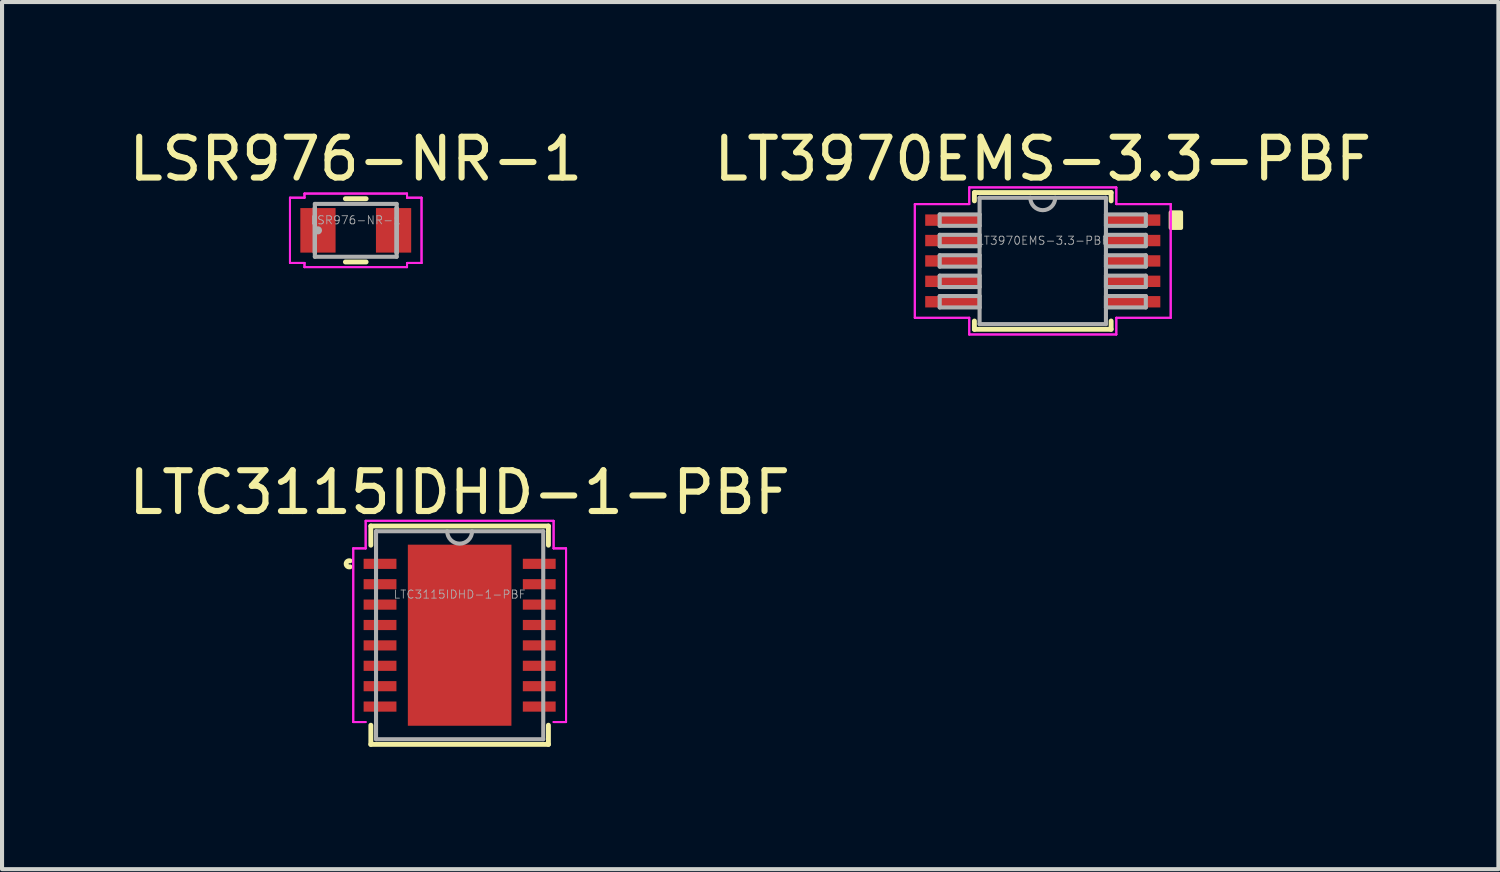
<source format=kicad_pcb>
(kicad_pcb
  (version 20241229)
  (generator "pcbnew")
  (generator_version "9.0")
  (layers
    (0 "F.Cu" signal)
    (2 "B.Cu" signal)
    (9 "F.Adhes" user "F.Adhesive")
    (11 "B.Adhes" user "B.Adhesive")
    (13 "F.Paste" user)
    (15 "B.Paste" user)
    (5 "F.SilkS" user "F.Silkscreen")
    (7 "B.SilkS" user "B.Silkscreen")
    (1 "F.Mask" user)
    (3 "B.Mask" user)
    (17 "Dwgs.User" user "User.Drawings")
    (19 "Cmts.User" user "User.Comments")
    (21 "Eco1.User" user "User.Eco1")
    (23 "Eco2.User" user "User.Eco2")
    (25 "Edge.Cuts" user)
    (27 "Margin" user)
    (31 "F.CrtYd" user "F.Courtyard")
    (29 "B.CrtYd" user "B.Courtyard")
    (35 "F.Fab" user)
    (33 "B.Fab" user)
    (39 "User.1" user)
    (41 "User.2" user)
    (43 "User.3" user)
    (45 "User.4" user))
  (footprint "LSR976-NR-1"
    (layer "F.Cu")
    (at 5.673 2.598)
    (property "Reference" "LSR976-NR-1" (at 0 -1.75 0) (layer "F.SilkS") (effects (font (size 1 1) (thickness 0.15))))
    (attr through_hole)
    (fp_line (start -0.254 0.775) (end 0.254 0.775) (stroke (width 0.12) (type solid)) (layer "F.SilkS"))
    (fp_line (start 0.254 -0.775) (end -0.254 -0.775) (stroke (width 0.12) (type solid)) (layer "F.SilkS"))
    (fp_line (start -1.613 -0.8) (end -1.257 -0.8) (stroke (width 0.05) (type solid)) (layer "F.CrtYd"))
    (fp_line (start -1.613 -0.8) (end -1.257 -0.8) (stroke (width 0.05) (type solid)) (layer "F.CrtYd"))
    (fp_line (start -1.613 0.8) (end -1.613 -0.8) (stroke (width 0.05) (type solid)) (layer "F.CrtYd"))
    (fp_line (start -1.613 0.8) (end -1.613 -0.8) (stroke (width 0.05) (type solid)) (layer "F.CrtYd"))
    (fp_line (start -1.257 -0.902) (end 1.257 -0.902) (stroke (width 0.05) (type solid)) (layer "F.CrtYd"))
    (fp_line (start -1.257 -0.902) (end 1.257 -0.902) (stroke (width 0.05) (type solid)) (layer "F.CrtYd"))
    (fp_line (start -1.257 -0.8) (end -1.257 -0.902) (stroke (width 0.05) (type solid)) (layer "F.CrtYd"))
    (fp_line (start -1.257 -0.8) (end -1.257 -0.902) (stroke (width 0.05) (type solid)) (layer "F.CrtYd"))
    (fp_line (start -1.257 0.8) (end -1.613 0.8) (stroke (width 0.05) (type solid)) (layer "F.CrtYd"))
    (fp_line (start -1.257 0.8) (end -1.613 0.8) (stroke (width 0.05) (type solid)) (layer "F.CrtYd"))
    (fp_line (start -1.257 0.902) (end -1.257 0.8) (stroke (width 0.05) (type solid)) (layer "F.CrtYd"))
    (fp_line (start -1.257 0.902) (end -1.257 0.8) (stroke (width 0.05) (type solid)) (layer "F.CrtYd"))
    (fp_line (start 1.257 -0.902) (end 1.257 -0.8) (stroke (width 0.05) (type solid)) (layer "F.CrtYd"))
    (fp_line (start 1.257 -0.902) (end 1.257 -0.8) (stroke (width 0.05) (type solid)) (layer "F.CrtYd"))
    (fp_line (start 1.257 -0.8) (end 1.613 -0.8) (stroke (width 0.05) (type solid)) (layer "F.CrtYd"))
    (fp_line (start 1.257 -0.8) (end 1.613 -0.8) (stroke (width 0.05) (type solid)) (layer "F.CrtYd"))
    (fp_line (start 1.257 0.8) (end 1.257 0.902) (stroke (width 0.05) (type solid)) (layer "F.CrtYd"))
    (fp_line (start 1.257 0.8) (end 1.257 0.902) (stroke (width 0.05) (type solid)) (layer "F.CrtYd"))
    (fp_line (start 1.257 0.902) (end -1.257 0.902) (stroke (width 0.05) (type solid)) (layer "F.CrtYd"))
    (fp_line (start 1.257 0.902) (end -1.257 0.902) (stroke (width 0.05) (type solid)) (layer "F.CrtYd"))
    (fp_line (start 1.613 -0.8) (end 1.613 0.8) (stroke (width 0.05) (type solid)) (layer "F.CrtYd"))
    (fp_line (start 1.613 -0.8) (end 1.613 0.8) (stroke (width 0.05) (type solid)) (layer "F.CrtYd"))
    (fp_line (start 1.613 0.8) (end 1.257 0.8) (stroke (width 0.05) (type solid)) (layer "F.CrtYd"))
    (fp_line (start 1.613 0.8) (end 1.257 0.8) (stroke (width 0.05) (type solid)) (layer "F.CrtYd"))
    (fp_line (start -1.003 -0.648) (end -1.003 0.648) (stroke (width 0.1) (type solid)) (layer "F.Fab"))
    (fp_line (start -1.003 -0.546) (end -1.003 -0.546) (stroke (width 0.1) (type solid)) (layer "F.Fab"))
    (fp_line (start -1.003 -0.546) (end -1.003 0.546) (stroke (width 0.1) (type solid)) (layer "F.Fab"))
    (fp_line (start -1.003 0.546) (end -1.003 -0.546) (stroke (width 0.1) (type solid)) (layer "F.Fab"))
    (fp_line (start -1.003 0.546) (end -1.003 0.546) (stroke (width 0.1) (type solid)) (layer "F.Fab"))
    (fp_line (start -1.003 0.648) (end 1.003 0.648) (stroke (width 0.1) (type solid)) (layer "F.Fab"))
    (fp_line (start 1.003 -0.648) (end -1.003 -0.648) (stroke (width 0.1) (type solid)) (layer "F.Fab"))
    (fp_line (start 1.003 -0.546) (end 1.003 -0.546) (stroke (width 0.1) (type solid)) (layer "F.Fab"))
    (fp_line (start 1.003 -0.546) (end 1.003 0.546) (stroke (width 0.1) (type solid)) (layer "F.Fab"))
    (fp_line (start 1.003 0.546) (end 1.003 -0.546) (stroke (width 0.1) (type solid)) (layer "F.Fab"))
    (fp_line (start 1.003 0.546) (end 1.003 0.546) (stroke (width 0.1) (type solid)) (layer "F.Fab"))
    (fp_line (start 1.003 0.648) (end 1.003 -0.648) (stroke (width 0.1) (type solid)) (layer "F.Fab"))
    (fp_circle (center -0.927 0) (end -0.927 0) (stroke (width 0.1) (type solid)) (fill no) (layer "F.Fab"))
    (fp_text user "${REFERENCE}" (at 0 -0.25 0) (layer "F.Fab") (effects (font (size 0.2 0.2) (thickness 0.02))))
    (pad "1" smd rect (at -0.927 0) (size 0.864 1.092) (layers "F.Cu" "F.Mask" "F.Paste"))
    (pad "2" smd rect (at 0.927 0) (size 0.864 1.092) (layers "F.Cu" "F.Mask" "F.Paste")))
  (footprint "LTC3115IDHD-1-PBF"
    (layer "F.Cu")
    (at 8.22 12.525)
    (property "Reference" "LTC3115IDHD-1-PBF" (at 0 -3.5 0) (layer "F.SilkS") (effects (font (size 1 1) (thickness 0.15))))
    (attr through_hole)
    (fp_line (start -2.177 -2.677) (end -2.177 -2.207) (stroke (width 0.12) (type solid)) (layer "F.SilkS"))
    (fp_line (start -2.177 2.207) (end -2.177 2.677) (stroke (width 0.12) (type solid)) (layer "F.SilkS"))
    (fp_line (start -2.177 2.677) (end 2.177 2.677) (stroke (width 0.12) (type solid)) (layer "F.SilkS"))
    (fp_line (start 2.177 -2.677) (end -2.177 -2.677) (stroke (width 0.12) (type solid)) (layer "F.SilkS"))
    (fp_line (start 2.177 -2.207) (end 2.177 -2.677) (stroke (width 0.12) (type solid)) (layer "F.SilkS"))
    (fp_line (start 2.177 2.677) (end 2.177 2.207) (stroke (width 0.12) (type solid)) (layer "F.SilkS"))
    (fp_arc (start -2.687538 -1.676171) (mid -2.7826 -1.75) (end -2.687539 -1.823829) (stroke (width 0.12) (type solid)) (layer "F.SilkS"))
    (fp_poly (pts (xy -1.17 -2.12) (xy -1.17 -0.84) (xy -0.1 -0.84) (xy -0.1 -2.12)) (stroke (width 0.1) (type solid)) (fill yes) (layer "F.Paste"))
    (fp_poly (pts (xy -1.17 -0.64) (xy -1.17 0.64) (xy -0.1 0.64) (xy -0.1 -0.64)) (stroke (width 0.1) (type solid)) (fill yes) (layer "F.Paste"))
    (fp_poly (pts (xy -1.17 0.84) (xy -1.17 2.12) (xy -0.1 2.12) (xy -0.1 0.84)) (stroke (width 0.1) (type solid)) (fill yes) (layer "F.Paste"))
    (fp_poly (pts (xy 0.1 -2.12) (xy 0.1 -0.84) (xy 1.17 -0.84) (xy 1.17 -2.12)) (stroke (width 0.1) (type solid)) (fill yes) (layer "F.Paste"))
    (fp_poly (pts (xy 0.1 -0.64) (xy 0.1 0.64) (xy 1.17 0.64) (xy 1.17 -0.64)) (stroke (width 0.1) (type solid)) (fill yes) (layer "F.Paste"))
    (fp_poly (pts (xy 0.1 0.84) (xy 0.1 2.12) (xy 1.17 2.12) (xy 1.17 0.84)) (stroke (width 0.1) (type solid)) (fill yes) (layer "F.Paste"))
    (fp_line (start -2.609 -2.129) (end -2.304 -2.129) (stroke (width 0.05) (type solid)) (layer "F.CrtYd"))
    (fp_line (start -2.609 -2.129) (end -2.304 -2.129) (stroke (width 0.05) (type solid)) (layer "F.CrtYd"))
    (fp_line (start -2.609 2.129) (end -2.609 -2.129) (stroke (width 0.05) (type solid)) (layer "F.CrtYd"))
    (fp_line (start -2.609 2.129) (end -2.609 -2.129) (stroke (width 0.05) (type solid)) (layer "F.CrtYd"))
    (fp_line (start -2.609 2.129) (end -2.304 2.129) (stroke (width 0.05) (type solid)) (layer "F.CrtYd"))
    (fp_line (start -2.304 -2.804) (end 2.304 -2.804) (stroke (width 0.05) (type solid)) (layer "F.CrtYd"))
    (fp_line (start -2.304 -2.804) (end 2.304 -2.804) (stroke (width 0.05) (type solid)) (layer "F.CrtYd"))
    (fp_line (start -2.304 -2.129) (end -2.304 -2.804) (stroke (width 0.05) (type solid)) (layer "F.CrtYd"))
    (fp_line (start -2.304 -2.129) (end -2.304 -2.804) (stroke (width 0.05) (type solid)) (layer "F.CrtYd"))
    (fp_line (start -2.304 2.129) (end -2.609 2.129) (stroke (width 0.05) (type solid)) (layer "F.CrtYd"))
    (fp_line (start 2.304 -2.804) (end 2.304 -2.129) (stroke (width 0.05) (type solid)) (layer "F.CrtYd"))
    (fp_line (start 2.304 -2.804) (end 2.304 -2.129) (stroke (width 0.05) (type solid)) (layer "F.CrtYd"))
    (fp_line (start 2.304 -2.129) (end 2.609 -2.129) (stroke (width 0.05) (type solid)) (layer "F.CrtYd"))
    (fp_line (start 2.609 -2.129) (end 2.304 -2.129) (stroke (width 0.05) (type solid)) (layer "F.CrtYd"))
    (fp_line (start 2.609 -2.129) (end 2.609 2.129) (stroke (width 0.05) (type solid)) (layer "F.CrtYd"))
    (fp_line (start 2.609 -2.129) (end 2.609 2.129) (stroke (width 0.05) (type solid)) (layer "F.CrtYd"))
    (fp_line (start 2.609 2.129) (end 2.304 2.129) (stroke (width 0.05) (type solid)) (layer "F.CrtYd"))
    (fp_line (start 2.609 2.129) (end 2.304 2.129) (stroke (width 0.05) (type solid)) (layer "F.CrtYd"))
    (fp_line (start -2.05 -2.55) (end -2.05 2.55) (stroke (width 0.1) (type solid)) (layer "F.Fab"))
    (fp_line (start -2.05 2.55) (end 2.05 2.55) (stroke (width 0.1) (type solid)) (layer "F.Fab"))
    (fp_line (start 2.05 -2.55) (end -2.05 -2.55) (stroke (width 0.1) (type solid)) (layer "F.Fab"))
    (fp_line (start 2.05 2.55) (end 2.05 -2.55) (stroke (width 0.1) (type solid)) (layer "F.Fab"))
    (fp_arc (start 0.3048 -2.55) (mid 0 -2.2452) (end -0.3048 -2.55) (stroke (width 0.1) (type solid)) (layer "F.Fab"))
    (fp_text user "${REFERENCE}" (at 0 -1 0) (layer "F.Fab") (effects (font (size 0.2 0.2) (thickness 0.02))))
    (pad "1" smd rect (at -1.952 -1.75) (size 0.805 0.249) (layers "F.Cu" "F.Mask" "F.Paste"))
    (pad "2" smd rect (at -1.952 -1.25) (size 0.805 0.249) (layers "F.Cu" "F.Mask" "F.Paste"))
    (pad "3" smd rect (at -1.952 -0.75) (size 0.805 0.249) (layers "F.Cu" "F.Mask" "F.Paste"))
    (pad "4" smd rect (at -1.952 -0.25) (size 0.805 0.249) (layers "F.Cu" "F.Mask" "F.Paste"))
    (pad "5" smd rect (at -1.952 0.25) (size 0.805 0.249) (layers "F.Cu" "F.Mask" "F.Paste"))
    (pad "6" smd rect (at -1.952 0.75) (size 0.805 0.249) (layers "F.Cu" "F.Mask" "F.Paste"))
    (pad "7" smd rect (at -1.952 1.25) (size 0.805 0.249) (layers "F.Cu" "F.Mask" "F.Paste"))
    (pad "8" smd rect (at -1.952 1.75) (size 0.805 0.249) (layers "F.Cu" "F.Mask" "F.Paste"))
    (pad "9" smd rect (at 1.952 1.75) (size 0.805 0.249) (layers "F.Cu" "F.Mask" "F.Paste"))
    (pad "10" smd rect (at 1.952 1.25) (size 0.805 0.249) (layers "F.Cu" "F.Mask" "F.Paste"))
    (pad "11" smd rect (at 1.952 0.75) (size 0.805 0.249) (layers "F.Cu" "F.Mask" "F.Paste"))
    (pad "12" smd rect (at 1.952 0.25) (size 0.805 0.249) (layers "F.Cu" "F.Mask" "F.Paste"))
    (pad "13" smd rect (at 1.952 -0.25) (size 0.805 0.249) (layers "F.Cu" "F.Mask" "F.Paste"))
    (pad "14" smd rect (at 1.952 -0.75) (size 0.805 0.249) (layers "F.Cu" "F.Mask" "F.Paste"))
    (pad "15" smd rect (at 1.952 -1.25) (size 0.805 0.249) (layers "F.Cu" "F.Mask" "F.Paste"))
    (pad "16" smd rect (at 1.952 -1.75) (size 0.805 0.249) (layers "F.Cu" "F.Mask" "F.Paste"))
    (pad "17" smd rect (at 0 0) (size 2.54 4.44) (layers "F.Cu" "F.Mask" "F.Paste")))
  (footprint "LT3970EMS-3.3-PBF"
    (layer "F.Cu")
    (at 22.518 3.348)
    (property "Reference" "LT3970EMS-3.3-PBF" (at 0 -2.5 0) (layer "F.SilkS") (effects (font (size 1 1) (thickness 0.15))))
    (attr through_hole)
    (fp_line (start -1.676 -1.676) (end -1.676 -1.473) (stroke (width 0.12) (type solid)) (layer "F.SilkS"))
    (fp_line (start -1.676 1.473) (end -1.676 1.676) (stroke (width 0.12) (type solid)) (layer "F.SilkS"))
    (fp_line (start -1.676 1.676) (end 1.676 1.676) (stroke (width 0.12) (type solid)) (layer "F.SilkS"))
    (fp_line (start 1.676 -1.676) (end -1.676 -1.676) (stroke (width 0.12) (type solid)) (layer "F.SilkS"))
    (fp_line (start 1.676 -1.473) (end 1.676 -1.676) (stroke (width 0.12) (type solid)) (layer "F.SilkS"))
    (fp_line (start 1.676 1.676) (end 1.676 1.473) (stroke (width 0.12) (type solid)) (layer "F.SilkS"))
    (fp_poly (pts (xy 3.391 -1.191) (xy 3.391 -0.81) (xy 3.137 -0.81) (xy 3.137 -1.191)) (stroke (width 0.1) (type solid)) (fill yes) (layer "F.SilkS"))
    (fp_line (start -3.137 -1.394) (end -1.803 -1.394) (stroke (width 0.05) (type solid)) (layer "F.CrtYd"))
    (fp_line (start -3.137 -1.394) (end -1.803 -1.394) (stroke (width 0.05) (type solid)) (layer "F.CrtYd"))
    (fp_line (start -3.137 1.394) (end -3.137 -1.394) (stroke (width 0.05) (type solid)) (layer "F.CrtYd"))
    (fp_line (start -3.137 1.394) (end -3.137 -1.394) (stroke (width 0.05) (type solid)) (layer "F.CrtYd"))
    (fp_line (start -3.137 1.394) (end -1.803 1.394) (stroke (width 0.05) (type solid)) (layer "F.CrtYd"))
    (fp_line (start -1.803 -1.803) (end 1.803 -1.803) (stroke (width 0.05) (type solid)) (layer "F.CrtYd"))
    (fp_line (start -1.803 -1.803) (end 1.803 -1.803) (stroke (width 0.05) (type solid)) (layer "F.CrtYd"))
    (fp_line (start -1.803 -1.394) (end -1.803 -1.803) (stroke (width 0.05) (type solid)) (layer "F.CrtYd"))
    (fp_line (start -1.803 -1.394) (end -1.803 -1.803) (stroke (width 0.05) (type solid)) (layer "F.CrtYd"))
    (fp_line (start -1.803 1.394) (end -3.137 1.394) (stroke (width 0.05) (type solid)) (layer "F.CrtYd"))
    (fp_line (start -1.803 1.803) (end -1.803 1.394) (stroke (width 0.05) (type solid)) (layer "F.CrtYd"))
    (fp_line (start -1.803 1.803) (end -1.803 1.394) (stroke (width 0.05) (type solid)) (layer "F.CrtYd"))
    (fp_line (start 1.803 -1.803) (end 1.803 -1.394) (stroke (width 0.05) (type solid)) (layer "F.CrtYd"))
    (fp_line (start 1.803 -1.803) (end 1.803 -1.394) (stroke (width 0.05) (type solid)) (layer "F.CrtYd"))
    (fp_line (start 1.803 -1.394) (end 3.137 -1.394) (stroke (width 0.05) (type solid)) (layer "F.CrtYd"))
    (fp_line (start 1.803 1.394) (end 1.803 1.803) (stroke (width 0.05) (type solid)) (layer "F.CrtYd"))
    (fp_line (start 1.803 1.394) (end 1.803 1.803) (stroke (width 0.05) (type solid)) (layer "F.CrtYd"))
    (fp_line (start 1.803 1.803) (end -1.803 1.803) (stroke (width 0.05) (type solid)) (layer "F.CrtYd"))
    (fp_line (start 1.803 1.803) (end -1.803 1.803) (stroke (width 0.05) (type solid)) (layer "F.CrtYd"))
    (fp_line (start 3.137 -1.394) (end 1.803 -1.394) (stroke (width 0.05) (type solid)) (layer "F.CrtYd"))
    (fp_line (start 3.137 -1.394) (end 3.137 1.394) (stroke (width 0.05) (type solid)) (layer "F.CrtYd"))
    (fp_line (start 3.137 -1.394) (end 3.137 1.394) (stroke (width 0.05) (type solid)) (layer "F.CrtYd"))
    (fp_line (start 3.137 1.394) (end 1.803 1.394) (stroke (width 0.05) (type solid)) (layer "F.CrtYd"))
    (fp_line (start 3.137 1.394) (end 1.803 1.394) (stroke (width 0.05) (type solid)) (layer "F.CrtYd"))
    (fp_line (start -2.527 -1.14) (end -2.527 -0.861) (stroke (width 0.1) (type solid)) (layer "F.Fab"))
    (fp_line (start -2.527 -0.861) (end -1.549 -0.861) (stroke (width 0.1) (type solid)) (layer "F.Fab"))
    (fp_line (start -2.527 -0.64) (end -2.527 -0.361) (stroke (width 0.1) (type solid)) (layer "F.Fab"))
    (fp_line (start -2.527 -0.361) (end -1.549 -0.361) (stroke (width 0.1) (type solid)) (layer "F.Fab"))
    (fp_line (start -2.527 -0.14) (end -2.527 0.14) (stroke (width 0.1) (type solid)) (layer "F.Fab"))
    (fp_line (start -2.527 0.14) (end -1.549 0.14) (stroke (width 0.1) (type solid)) (layer "F.Fab"))
    (fp_line (start -2.527 0.361) (end -2.527 0.64) (stroke (width 0.1) (type solid)) (layer "F.Fab"))
    (fp_line (start -2.527 0.64) (end -1.549 0.64) (stroke (width 0.1) (type solid)) (layer "F.Fab"))
    (fp_line (start -2.527 0.861) (end -2.527 1.14) (stroke (width 0.1) (type solid)) (layer "F.Fab"))
    (fp_line (start -2.527 1.14) (end -1.549 1.14) (stroke (width 0.1) (type solid)) (layer "F.Fab"))
    (fp_line (start -1.549 -1.549) (end -1.549 1.549) (stroke (width 0.1) (type solid)) (layer "F.Fab"))
    (fp_line (start -1.549 -1.14) (end -2.527 -1.14) (stroke (width 0.1) (type solid)) (layer "F.Fab"))
    (fp_line (start -1.549 -0.861) (end -1.549 -1.14) (stroke (width 0.1) (type solid)) (layer "F.Fab"))
    (fp_line (start -1.549 -0.64) (end -2.527 -0.64) (stroke (width 0.1) (type solid)) (layer "F.Fab"))
    (fp_line (start -1.549 -0.361) (end -1.549 -0.64) (stroke (width 0.1) (type solid)) (layer "F.Fab"))
    (fp_line (start -1.549 -0.14) (end -2.527 -0.14) (stroke (width 0.1) (type solid)) (layer "F.Fab"))
    (fp_line (start -1.549 0.14) (end -1.549 -0.14) (stroke (width 0.1) (type solid)) (layer "F.Fab"))
    (fp_line (start -1.549 0.361) (end -2.527 0.361) (stroke (width 0.1) (type solid)) (layer "F.Fab"))
    (fp_line (start -1.549 0.64) (end -1.549 0.361) (stroke (width 0.1) (type solid)) (layer "F.Fab"))
    (fp_line (start -1.549 0.861) (end -2.527 0.861) (stroke (width 0.1) (type solid)) (layer "F.Fab"))
    (fp_line (start -1.549 1.14) (end -1.549 0.861) (stroke (width 0.1) (type solid)) (layer "F.Fab"))
    (fp_line (start -1.549 1.549) (end 1.549 1.549) (stroke (width 0.1) (type solid)) (layer "F.Fab"))
    (fp_line (start 1.549 -1.549) (end -1.549 -1.549) (stroke (width 0.1) (type solid)) (layer "F.Fab"))
    (fp_line (start 1.549 -1.14) (end 1.549 -0.861) (stroke (width 0.1) (type solid)) (layer "F.Fab"))
    (fp_line (start 1.549 -0.861) (end 2.527 -0.861) (stroke (width 0.1) (type solid)) (layer "F.Fab"))
    (fp_line (start 1.549 -0.64) (end 1.549 -0.361) (stroke (width 0.1) (type solid)) (layer "F.Fab"))
    (fp_line (start 1.549 -0.361) (end 2.527 -0.361) (stroke (width 0.1) (type solid)) (layer "F.Fab"))
    (fp_line (start 1.549 -0.14) (end 1.549 0.14) (stroke (width 0.1) (type solid)) (layer "F.Fab"))
    (fp_line (start 1.549 0.14) (end 2.527 0.14) (stroke (width 0.1) (type solid)) (layer "F.Fab"))
    (fp_line (start 1.549 0.361) (end 1.549 0.64) (stroke (width 0.1) (type solid)) (layer "F.Fab"))
    (fp_line (start 1.549 0.64) (end 2.527 0.64) (stroke (width 0.1) (type solid)) (layer "F.Fab"))
    (fp_line (start 1.549 0.861) (end 1.549 1.14) (stroke (width 0.1) (type solid)) (layer "F.Fab"))
    (fp_line (start 1.549 1.14) (end 2.527 1.14) (stroke (width 0.1) (type solid)) (layer "F.Fab"))
    (fp_line (start 1.549 1.549) (end 1.549 -1.549) (stroke (width 0.1) (type solid)) (layer "F.Fab"))
    (fp_line (start 2.527 -1.14) (end 1.549 -1.14) (stroke (width 0.1) (type solid)) (layer "F.Fab"))
    (fp_line (start 2.527 -0.861) (end 2.527 -1.14) (stroke (width 0.1) (type solid)) (layer "F.Fab"))
    (fp_line (start 2.527 -0.64) (end 1.549 -0.64) (stroke (width 0.1) (type solid)) (layer "F.Fab"))
    (fp_line (start 2.527 -0.361) (end 2.527 -0.64) (stroke (width 0.1) (type solid)) (layer "F.Fab"))
    (fp_line (start 2.527 -0.14) (end 1.549 -0.14) (stroke (width 0.1) (type solid)) (layer "F.Fab"))
    (fp_line (start 2.527 0.14) (end 2.527 -0.14) (stroke (width 0.1) (type solid)) (layer "F.Fab"))
    (fp_line (start 2.527 0.361) (end 1.549 0.361) (stroke (width 0.1) (type solid)) (layer "F.Fab"))
    (fp_line (start 2.527 0.64) (end 2.527 0.361) (stroke (width 0.1) (type solid)) (layer "F.Fab"))
    (fp_line (start 2.527 0.861) (end 1.549 0.861) (stroke (width 0.1) (type solid)) (layer "F.Fab"))
    (fp_line (start 2.527 1.14) (end 2.527 0.861) (stroke (width 0.1) (type solid)) (layer "F.Fab"))
    (fp_arc (start 0.3048 -1.5494) (mid 0 -1.2446) (end -0.3048 -1.5494) (stroke (width 0.1) (type solid)) (layer "F.Fab"))
    (fp_text user "${REFERENCE}" (at 0 -0.5 0) (layer "F.Fab") (effects (font (size 0.2 0.2) (thickness 0.02))))
    (pad "1" smd rect (at -2.216 -1.001) (size 1.333 0.279) (layers "F.Cu" "F.Mask" "F.Paste"))
    (pad "2" smd rect (at -2.216 -0.5) (size 1.333 0.279) (layers "F.Cu" "F.Mask" "F.Paste"))
    (pad "3" smd rect (at -2.216 0) (size 1.333 0.279) (layers "F.Cu" "F.Mask" "F.Paste"))
    (pad "4" smd rect (at -2.216 0.5) (size 1.333 0.279) (layers "F.Cu" "F.Mask" "F.Paste"))
    (pad "5" smd rect (at -2.216 1.001) (size 1.333 0.279) (layers "F.Cu" "F.Mask" "F.Paste"))
    (pad "6" smd rect (at 2.216 1.001) (size 1.333 0.279) (layers "F.Cu" "F.Mask" "F.Paste"))
    (pad "7" smd rect (at 2.216 0.5) (size 1.333 0.279) (layers "F.Cu" "F.Mask" "F.Paste"))
    (pad "8" smd rect (at 2.216 0) (size 1.333 0.279) (layers "F.Cu" "F.Mask" "F.Paste"))
    (pad "9" smd rect (at 2.216 -0.5) (size 1.333 0.279) (layers "F.Cu" "F.Mask" "F.Paste"))
    (pad "10" smd rect (at 2.216 -1.001) (size 1.333 0.279) (layers "F.Cu" "F.Mask" "F.Paste")))
  (gr_rect
    (start -3 -3)
    (end 33.69 18.262)
    (stroke (width 0.1) (type default))
    (fill no)
    (layer "Edge.Cuts")))
</source>
